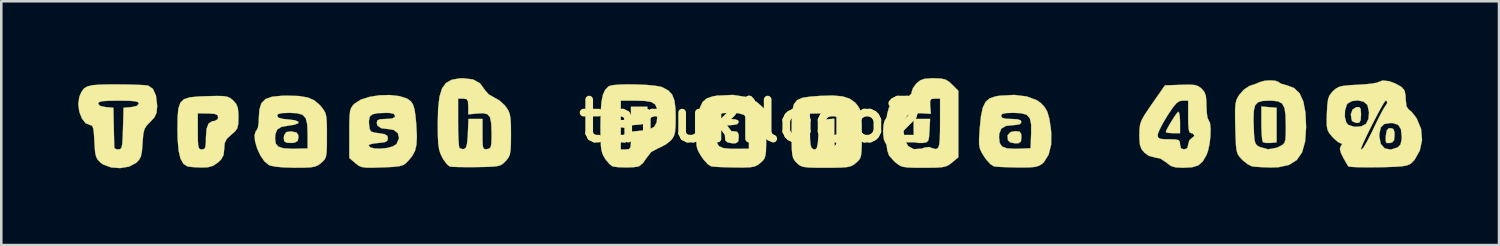
<source format=kicad_pcb>
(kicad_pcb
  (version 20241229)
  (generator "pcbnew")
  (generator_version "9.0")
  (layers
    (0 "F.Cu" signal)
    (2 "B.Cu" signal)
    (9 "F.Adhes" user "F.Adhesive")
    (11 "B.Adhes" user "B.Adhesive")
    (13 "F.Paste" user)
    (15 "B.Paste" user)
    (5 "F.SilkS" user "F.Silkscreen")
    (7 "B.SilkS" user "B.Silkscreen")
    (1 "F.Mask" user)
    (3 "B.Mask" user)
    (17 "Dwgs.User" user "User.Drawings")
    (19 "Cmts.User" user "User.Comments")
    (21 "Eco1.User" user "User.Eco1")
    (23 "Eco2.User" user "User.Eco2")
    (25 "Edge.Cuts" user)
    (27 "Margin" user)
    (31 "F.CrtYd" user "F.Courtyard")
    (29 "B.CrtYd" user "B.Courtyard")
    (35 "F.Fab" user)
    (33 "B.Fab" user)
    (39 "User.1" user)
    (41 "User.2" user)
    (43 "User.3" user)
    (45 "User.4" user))
  (footprint "tanukilogo2"
    (layer "F.Cu")
    (at 26.26 1.672)
    (property "Reference" "tanukilogo2" (at 0 0 0) (layer "F.SilkS") (effects (font (size 1.524 1.524) (thickness 0.3))))
    (attr through_hole)
    (fp_poly (pts (xy -4.063 -0.218) (xy -4.087 -0.006) (xy -4.147 0.096) (xy -4.284 0.134) (xy -4.385 0.144) (xy -4.683 0.168) (xy -4.683 -0.556) (xy -4.039 -0.556) (xy -4.063 -0.218)) (stroke (width 0.01) (type solid)) (fill yes) (layer "F.SilkS"))
    (fp_poly (pts (xy 20.518 -0.516) (xy 20.518 0.833) (xy 20.277 0.857) (xy 20.089 0.857) (xy 19.98 0.824) (xy 19.954 0.723) (xy 19.934 0.505) (xy 19.924 0.21) (xy 19.923 0.101) (xy 19.923 -0.565) (xy 20.518 -0.516)) (stroke (width 0.01) (type solid)) (fill yes) (layer "F.SilkS"))
    (fp_poly (pts (xy -0.547 0.416) (xy -0.484 0.507) (xy -0.476 0.635) (xy -0.496 0.803) (xy -0.587 0.866) (xy -0.717 0.873) (xy -0.912 0.836) (xy -1.003 0.754) (xy -1.017 0.557) (xy -0.898 0.431) (xy -0.717 0.397) (xy -0.547 0.416)) (stroke (width 0.01) (type solid)) (fill yes) (layer "F.SilkS"))
    (fp_poly (pts (xy 10.486 0.416) (xy 10.549 0.507) (xy 10.557 0.635) (xy 10.538 0.803) (xy 10.446 0.866) (xy 10.316 0.873) (xy 10.122 0.836) (xy 10.03 0.754) (xy 10.016 0.557) (xy 10.135 0.431) (xy 10.316 0.397) (xy 10.486 0.416)) (stroke (width 0.01) (type solid)) (fill yes) (layer "F.SilkS"))
    (fp_poly (pts (xy 6.969 0.377) (xy 6.951 0.634) (xy 6.917 0.773) (xy 6.844 0.834) (xy 6.711 0.856) (xy 6.704 0.857) (xy 6.516 0.857) (xy 6.407 0.824) (xy 6.375 0.718) (xy 6.354 0.509) (xy 6.35 0.344) (xy 6.35 -0.079) (xy 6.993 -0.079) (xy 6.969 0.377)) (stroke (width 0.01) (type solid)) (fill yes) (layer "F.SilkS"))
    (fp_poly (pts (xy 23.748 -0.54) (xy 23.799 -0.466) (xy 23.812 -0.279) (xy 23.812 -0.244) (xy 23.8 -0.034) (xy 23.748 0.06) (xy 23.651 0.079) (xy 23.5 0.03) (xy 23.447 -0.034) (xy 23.415 -0.26) (xy 23.482 -0.446) (xy 23.628 -0.54) (xy 23.634 -0.541) (xy 23.748 -0.54)) (stroke (width 0.01) (type solid)) (fill yes) (layer "F.SilkS"))
    (fp_poly (pts (xy 25.073 0.309) (xy 25.117 0.43) (xy 25.122 0.556) (xy 25.103 0.75) (xy 25.027 0.837) (xy 24.938 0.859) (xy 24.82 0.861) (xy 24.775 0.792) (xy 24.777 0.612) (xy 24.78 0.582) (xy 24.814 0.377) (xy 24.887 0.29) (xy 24.963 0.278) (xy 25.073 0.309)) (stroke (width 0.01) (type solid)) (fill yes) (layer "F.SilkS"))
    (fp_poly (pts (xy -17.912 0.412) (xy -17.734 0.452) (xy -17.667 0.549) (xy -17.661 0.635) (xy -17.689 0.779) (xy -17.805 0.842) (xy -17.911 0.858) (xy -18.101 0.851) (xy -18.213 0.8) (xy -18.214 0.798) (xy -18.235 0.659) (xy -18.215 0.55) (xy -18.138 0.435) (xy -17.979 0.408) (xy -17.912 0.412)) (stroke (width 0.01) (type solid)) (fill yes) (layer "F.SilkS"))
    (fp_poly (pts (xy 16.715 -0.316) (xy 16.741 -0.149) (xy 16.748 0.035) (xy 16.748 0.476) (xy 16.47 0.476) (xy 16.287 0.465) (xy 16.195 0.437) (xy 16.192 0.431) (xy 16.232 0.329) (xy 16.331 0.149) (xy 16.457 -0.059) (xy 16.579 -0.244) (xy 16.666 -0.353) (xy 16.676 -0.362) (xy 16.715 -0.316)) (stroke (width 0.01) (type solid)) (fill yes) (layer "F.SilkS"))
    (fp_poly (pts (xy -20.602 -0.972) (xy -20.44 -0.947) (xy -20.327 -0.897) (xy -20.224 -0.815) (xy -20.208 -0.8) (xy -20.087 -0.661) (xy -20.025 -0.501) (xy -20.004 -0.262) (xy -20.003 -0.148) (xy -20.01 0.12) (xy -20.049 0.288) (xy -20.144 0.416) (xy -20.28 0.532) (xy -20.461 0.701) (xy -20.541 0.868) (xy -20.558 1.084) (xy -20.584 1.332) (xy -20.685 1.51) (xy -20.802 1.62) (xy -20.995 1.751) (xy -21.206 1.809) (xy -21.457 1.816) (xy -21.717 1.805) (xy -21.921 1.786) (xy -21.987 1.775) (xy -22.148 1.677) (xy -22.263 1.475) (xy -22.339 1.156) (xy -22.377 0.704) (xy -22.382 0.406) (xy -21.59 0.406) (xy -21.587 0.743) (xy -21.575 0.951) (xy -21.545 1.062) (xy -21.492 1.105) (xy -21.431 1.111) (xy -21.341 1.093) (xy -21.294 1.015) (xy -21.275 0.839) (xy -21.273 0.651) (xy -21.249 0.31) (xy -21.17 0.102) (xy -21.028 0.009) (xy -20.939 0) (xy -20.817 -0.064) (xy -20.796 -0.144) (xy -20.824 -0.231) (xy -20.93 -0.276) (xy -21.153 -0.292) (xy -21.193 -0.293) (xy -21.59 -0.299) (xy -21.59 0.406) (xy -22.382 0.406) (xy -22.384 0.325) (xy -22.378 -0.148) (xy -22.348 -0.485) (xy -22.272 -0.711) (xy -22.129 -0.85) (xy -21.897 -0.924) (xy -21.555 -0.957) (xy -21.219 -0.969) (xy -20.85 -0.977) (xy -20.602 -0.972)) (stroke (width 0.01) (type solid)) (fill yes) (layer "F.SilkS"))
    (fp_poly (pts (xy -4.427 -1.424) (xy -4.061 -1.407) (xy -3.744 -1.377) (xy -3.515 -1.336) (xy -3.461 -1.318) (xy -3.229 -1.194) (xy -3.075 -1.032) (xy -2.985 -0.798) (xy -2.944 -0.462) (xy -2.937 -0.146) (xy -2.942 0.203) (xy -2.962 0.434) (xy -3.007 0.59) (xy -3.083 0.711) (xy -3.115 0.749) (xy -3.311 0.908) (xy -3.563 1.041) (xy -3.612 1.059) (xy -3.894 1.21) (xy -4.079 1.45) (xy -4.215 1.644) (xy -4.365 1.766) (xy -4.396 1.778) (xy -4.598 1.806) (xy -4.881 1.814) (xy -5.168 1.805) (xy -5.382 1.778) (xy -5.397 1.774) (xy -5.514 1.69) (xy -5.657 1.523) (xy -5.695 1.467) (xy -5.77 1.339) (xy -5.82 1.202) (xy -5.851 1.024) (xy -5.867 0.771) (xy -5.873 0.41) (xy -5.874 0.169) (xy -5.865 -0.358) (xy -5.834 -0.749) (xy -5.825 -0.794) (xy -5.08 -0.794) (xy -5.08 1.111) (xy -4.882 1.111) (xy -4.758 1.096) (xy -4.7 1.021) (xy -4.684 0.844) (xy -4.683 0.764) (xy -4.683 0.417) (xy -4.289 0.379) (xy -3.967 0.326) (xy -3.772 0.225) (xy -3.677 0.046) (xy -3.651 -0.238) (xy -3.651 -0.245) (xy -3.669 -0.487) (xy -3.738 -0.647) (xy -3.887 -0.74) (xy -4.14 -0.783) (xy -4.519 -0.794) (xy -5.08 -0.794) (xy -5.825 -0.794) (xy -5.776 -1.029) (xy -5.687 -1.221) (xy -5.561 -1.347) (xy -5.542 -1.36) (xy -5.397 -1.398) (xy -5.135 -1.421) (xy -4.798 -1.43) (xy -4.427 -1.424)) (stroke (width 0.01) (type solid)) (fill yes) (layer "F.SilkS"))
    (fp_poly (pts (xy -0.196 -0.94) (xy 0.199 -0.759) (xy 0.311 -0.67) (xy 0.595 -0.409) (xy 0.595 0.516) (xy 0.594 0.912) (xy 0.586 1.182) (xy 0.564 1.358) (xy 0.523 1.473) (xy 0.455 1.559) (xy 0.373 1.634) (xy 0.256 1.723) (xy 0.132 1.779) (xy -0.039 1.808) (xy -0.295 1.817) (xy -0.62 1.815) (xy -0.97 1.807) (xy -1.275 1.795) (xy -1.488 1.78) (xy -1.549 1.772) (xy -1.682 1.69) (xy -1.843 1.514) (xy -1.934 1.386) (xy -2.036 1.216) (xy -2.099 1.073) (xy -2.127 0.914) (xy -2.129 0.694) (xy -2.125 0.634) (xy -1.349 0.634) (xy -1.328 0.848) (xy -1.247 0.984) (xy -1.077 1.058) (xy -0.792 1.085) (xy -0.583 1.086) (xy -0.079 1.082) (xy -0.079 0.507) (xy -0.093 0.136) (xy -0.151 -0.104) (xy -0.276 -0.242) (xy -0.493 -0.304) (xy -0.799 -0.318) (xy -1.074 -0.308) (xy -1.221 -0.275) (xy -1.269 -0.211) (xy -1.27 -0.198) (xy -1.228 -0.124) (xy -1.08 -0.087) (xy -0.873 -0.079) (xy -0.624 -0.067) (xy -0.502 -0.022) (xy -0.476 0.04) (xy -0.535 0.127) (xy -0.725 0.158) (xy -0.759 0.159) (xy -1.072 0.19) (xy -1.258 0.296) (xy -1.34 0.495) (xy -1.349 0.634) (xy -2.125 0.634) (xy -2.109 0.372) (xy -2.101 0.258) (xy -2.055 -0.202) (xy -1.988 -0.529) (xy -1.882 -0.748) (xy -1.722 -0.883) (xy -1.492 -0.96) (xy -1.311 -0.989) (xy -0.702 -1.017) (xy -0.196 -0.94)) (stroke (width 0.01) (type solid)) (fill yes) (layer "F.SilkS"))
    (fp_poly (pts (xy 10.773 -0.956) (xy 11.159 -0.811) (xy 11.311 -0.704) (xy 11.463 -0.545) (xy 11.57 -0.358) (xy 11.644 -0.106) (xy 11.699 0.248) (xy 11.722 0.47) (xy 11.717 0.923) (xy 11.619 1.314) (xy 11.436 1.607) (xy 11.365 1.673) (xy 11.247 1.746) (xy 11.096 1.791) (xy 10.875 1.812) (xy 10.545 1.816) (xy 10.407 1.815) (xy 10.058 1.807) (xy 9.755 1.795) (xy 9.543 1.78) (xy 9.484 1.772) (xy 9.352 1.69) (xy 9.19 1.514) (xy 9.099 1.386) (xy 8.995 1.213) (xy 8.933 1.068) (xy 8.905 0.905) (xy 8.905 0.68) (xy 8.908 0.634) (xy 9.684 0.634) (xy 9.709 0.857) (xy 9.8 0.996) (xy 9.986 1.067) (xy 10.291 1.085) (xy 10.437 1.082) (xy 10.914 1.065) (xy 10.937 0.502) (xy 10.937 0.133) (xy 10.886 -0.106) (xy 10.76 -0.243) (xy 10.537 -0.304) (xy 10.234 -0.318) (xy 9.959 -0.308) (xy 9.812 -0.275) (xy 9.764 -0.211) (xy 9.763 -0.198) (xy 9.806 -0.124) (xy 9.953 -0.087) (xy 10.16 -0.079) (xy 10.41 -0.067) (xy 10.531 -0.022) (xy 10.557 0.04) (xy 10.498 0.127) (xy 10.308 0.158) (xy 10.274 0.159) (xy 9.962 0.19) (xy 9.775 0.296) (xy 9.693 0.495) (xy 9.684 0.634) (xy 8.908 0.634) (xy 8.926 0.348) (xy 8.931 0.284) (xy 8.978 -0.184) (xy 9.048 -0.518) (xy 9.156 -0.742) (xy 9.317 -0.882) (xy 9.547 -0.96) (xy 9.716 -0.988) (xy 10.284 -1.017) (xy 10.773 -0.956)) (stroke (width 0.01) (type solid)) (fill yes) (layer "F.SilkS"))
    (fp_poly (pts (xy -17.639 -0.975) (xy -17.3 -0.918) (xy -17.045 -0.808) (xy -16.838 -0.633) (xy -16.788 -0.576) (xy -16.683 -0.443) (xy -16.615 -0.323) (xy -16.575 -0.176) (xy -16.556 0.033) (xy -16.55 0.343) (xy -16.55 0.576) (xy -16.551 0.958) (xy -16.561 1.215) (xy -16.585 1.381) (xy -16.632 1.49) (xy -16.709 1.578) (xy -16.772 1.634) (xy -16.887 1.722) (xy -17.011 1.778) (xy -17.182 1.809) (xy -17.437 1.822) (xy -17.804 1.824) (xy -18.228 1.813) (xy -18.565 1.782) (xy -18.782 1.736) (xy -18.812 1.723) (xy -18.989 1.576) (xy -19.147 1.346) (xy -19.274 1.071) (xy -19.354 0.793) (xy -19.363 0.691) (xy -18.573 0.691) (xy -18.546 0.882) (xy -18.446 1.003) (xy -18.248 1.066) (xy -17.926 1.083) (xy -17.807 1.082) (xy -17.304 1.072) (xy -17.304 0.502) (xy -17.318 0.132) (xy -17.377 -0.107) (xy -17.503 -0.243) (xy -17.723 -0.304) (xy -18.024 -0.318) (xy -18.301 -0.308) (xy -18.449 -0.273) (xy -18.494 -0.207) (xy -18.494 -0.203) (xy -18.44 -0.126) (xy -18.261 -0.08) (xy -18.084 -0.064) (xy -17.802 -0.028) (xy -17.664 0.028) (xy -17.672 0.092) (xy -17.831 0.149) (xy -18.023 0.177) (xy -18.318 0.228) (xy -18.487 0.33) (xy -18.561 0.511) (xy -18.573 0.691) (xy -19.363 0.691) (xy -19.375 0.551) (xy -19.321 0.386) (xy -19.288 0.357) (xy -19.242 0.255) (xy -19.213 0.051) (xy -19.209 -0.08) (xy -19.187 -0.442) (xy -19.107 -0.695) (xy -18.947 -0.857) (xy -18.685 -0.948) (xy -18.297 -0.985) (xy -18.098 -0.989) (xy -17.639 -0.975)) (stroke (width 0.01) (type solid)) (fill yes) (layer "F.SilkS"))
    (fp_poly (pts (xy 20.465 -1.571) (xy 20.587 -1.525) (xy 20.592 -1.517) (xy 20.693 -1.456) (xy 20.881 -1.401) (xy 20.902 -1.397) (xy 21.196 -1.289) (xy 21.413 -1.083) (xy 21.56 -0.766) (xy 21.644 -0.324) (xy 21.669 0.238) (xy 21.632 0.794) (xy 21.514 1.22) (xy 21.306 1.523) (xy 21.001 1.715) (xy 20.589 1.805) (xy 20.288 1.815) (xy 19.981 1.805) (xy 19.718 1.789) (xy 19.557 1.771) (xy 19.396 1.694) (xy 19.206 1.544) (xy 19.16 1.499) (xy 19.065 1.394) (xy 19 1.292) (xy 18.958 1.161) (xy 18.933 0.967) (xy 18.918 0.68) (xy 18.906 0.268) (xy 18.905 0.253) (xy 18.899 -0.066) (xy 19.617 -0.066) (xy 19.622 0.158) (xy 19.636 0.509) (xy 19.655 0.736) (xy 19.691 0.872) (xy 19.75 0.951) (xy 19.842 1.008) (xy 19.844 1.009) (xy 20.179 1.104) (xy 20.52 1.045) (xy 20.641 0.99) (xy 20.753 0.927) (xy 20.822 0.854) (xy 20.858 0.735) (xy 20.873 0.534) (xy 20.876 0.216) (xy 20.876 0.162) (xy 20.865 -0.243) (xy 20.823 -0.515) (xy 20.733 -0.681) (xy 20.578 -0.765) (xy 20.341 -0.793) (xy 20.25 -0.794) (xy 19.973 -0.782) (xy 19.788 -0.729) (xy 19.679 -0.61) (xy 19.627 -0.397) (xy 19.617 -0.066) (xy 18.899 -0.066) (xy 18.897 -0.168) (xy 18.898 -0.464) (xy 18.914 -0.669) (xy 18.949 -0.815) (xy 19.006 -0.936) (xy 19.067 -1.031) (xy 19.245 -1.228) (xy 19.449 -1.363) (xy 19.489 -1.378) (xy 19.707 -1.451) (xy 19.863 -1.517) (xy 20.038 -1.568) (xy 20.26 -1.585) (xy 20.465 -1.571)) (stroke (width 0.01) (type solid)) (fill yes) (layer "F.SilkS"))
    (fp_poly (pts (xy 3.576 -0.96) (xy 3.854 -0.872) (xy 4.063 -0.722) (xy 4.16 -0.609) (xy 4.233 -0.493) (xy 4.281 -0.356) (xy 4.309 -0.165) (xy 4.323 0.116) (xy 4.326 0.521) (xy 4.326 0.528) (xy 4.325 0.922) (xy 4.316 1.189) (xy 4.294 1.363) (xy 4.252 1.477) (xy 4.182 1.563) (xy 4.103 1.634) (xy 3.998 1.716) (xy 3.886 1.77) (xy 3.733 1.803) (xy 3.507 1.819) (xy 3.174 1.825) (xy 2.929 1.826) (xy 2.523 1.824) (xy 2.245 1.815) (xy 2.06 1.793) (xy 1.937 1.753) (xy 1.844 1.689) (xy 1.782 1.631) (xy 1.702 1.543) (xy 1.648 1.447) (xy 1.614 1.313) (xy 1.596 1.111) (xy 1.589 0.808) (xy 1.587 0.414) (xy 1.592 -0.072) (xy 1.607 -0.289) (xy 2.302 -0.289) (xy 2.302 0.358) (xy 2.307 0.711) (xy 2.327 0.935) (xy 2.371 1.056) (xy 2.445 1.105) (xy 2.51 1.111) (xy 2.571 1.051) (xy 2.612 0.862) (xy 2.636 0.536) (xy 2.659 -0.04) (xy 2.957 -0.064) (xy 3.254 -0.089) (xy 3.254 0.517) (xy 3.257 0.822) (xy 3.272 1.001) (xy 3.308 1.084) (xy 3.374 1.102) (xy 3.424 1.097) (xy 3.512 1.071) (xy 3.562 1.001) (xy 3.585 0.853) (xy 3.59 0.591) (xy 3.589 0.492) (xy 3.575 0.191) (xy 3.541 -0.054) (xy 3.496 -0.194) (xy 3.492 -0.199) (xy 3.364 -0.266) (xy 3.111 -0.297) (xy 2.851 -0.299) (xy 2.302 -0.289) (xy 1.607 -0.289) (xy 1.616 -0.424) (xy 1.681 -0.664) (xy 1.804 -0.816) (xy 2.004 -0.903) (xy 2.3 -0.95) (xy 2.699 -0.98) (xy 3.2 -0.994) (xy 3.576 -0.96)) (stroke (width 0.01) (type solid)) (fill yes) (layer "F.SilkS"))
    (fp_poly (pts (xy 7.415 -1.657) (xy 7.6 -1.615) (xy 7.749 -1.519) (xy 7.852 -1.423) (xy 8.096 -1.178) (xy 8.096 1.415) (xy 7.852 1.62) (xy 7.734 1.711) (xy 7.614 1.77) (xy 7.457 1.805) (xy 7.226 1.821) (xy 6.884 1.825) (xy 6.744 1.826) (xy 6.362 1.824) (xy 6.102 1.814) (xy 5.927 1.787) (xy 5.8 1.736) (xy 5.684 1.652) (xy 5.599 1.579) (xy 5.392 1.351) (xy 5.319 1.135) (xy 5.318 1.108) (xy 5.293 0.927) (xy 5.239 0.833) (xy 5.192 0.732) (xy 5.164 0.528) (xy 5.159 0.397) (xy 5.162 0.363) (xy 5.953 0.363) (xy 6.001 0.735) (xy 6.139 0.983) (xy 6.359 1.1) (xy 6.656 1.08) (xy 6.787 1.036) (xy 6.962 1.017) (xy 7.044 1.051) (xy 7.198 1.095) (xy 7.262 1.083) (xy 7.314 1.035) (xy 7.349 0.924) (xy 7.37 0.722) (xy 7.38 0.406) (xy 7.382 0.082) (xy 7.382 -0.873) (xy 7.177 -0.873) (xy 7.045 -0.858) (xy 6.994 -0.782) (xy 6.996 -0.598) (xy 6.998 -0.575) (xy 7.024 -0.278) (xy 6.619 -0.304) (xy 6.3 -0.297) (xy 6.098 -0.212) (xy 5.99 -0.024) (xy 5.954 0.289) (xy 5.953 0.363) (xy 5.162 0.363) (xy 5.174 0.162) (xy 5.213 -0.002) (xy 5.239 -0.04) (xy 5.301 -0.15) (xy 5.318 -0.272) (xy 5.391 -0.535) (xy 5.584 -0.757) (xy 5.86 -0.9) (xy 5.959 -0.923) (xy 6.172 -0.978) (xy 6.262 -1.065) (xy 6.271 -1.125) (xy 6.324 -1.283) (xy 6.454 -1.46) (xy 6.465 -1.472) (xy 6.608 -1.587) (xy 6.776 -1.646) (xy 7.028 -1.666) (xy 7.134 -1.667) (xy 7.415 -1.657)) (stroke (width 0.01) (type solid)) (fill yes) (layer "F.SilkS"))
    (fp_poly (pts (xy 17.317 -1.405) (xy 17.457 -1.361) (xy 17.571 -1.279) (xy 17.593 -1.26) (xy 17.7 -1.133) (xy 17.757 -0.977) (xy 17.778 -0.738) (xy 17.78 -0.586) (xy 17.792 -0.319) (xy 17.822 -0.12) (xy 17.859 -0.04) (xy 17.918 0.077) (xy 17.942 0.303) (xy 17.935 0.592) (xy 17.899 0.899) (xy 17.837 1.178) (xy 17.779 1.332) (xy 17.631 1.584) (xy 17.457 1.735) (xy 17.214 1.807) (xy 16.869 1.826) (xy 16.585 1.812) (xy 16.398 1.76) (xy 16.247 1.649) (xy 16.225 1.627) (xy 15.977 1.465) (xy 15.788 1.429) (xy 15.523 1.358) (xy 15.355 1.234) (xy 15.244 1.098) (xy 15.185 0.938) (xy 15.163 0.702) (xy 15.161 0.552) (xy 15.875 0.552) (xy 15.893 0.646) (xy 15.972 0.695) (xy 16.151 0.713) (xy 16.312 0.714) (xy 16.562 0.72) (xy 16.692 0.747) (xy 16.741 0.814) (xy 16.748 0.913) (xy 16.785 1.068) (xy 16.907 1.111) (xy 17.033 1.062) (xy 17.066 0.921) (xy 17.11 0.757) (xy 17.185 0.686) (xy 17.29 0.602) (xy 17.304 0.558) (xy 17.239 0.485) (xy 17.185 0.476) (xy 17.124 0.446) (xy 17.087 0.338) (xy 17.069 0.123) (xy 17.066 -0.159) (xy 17.066 -0.794) (xy 16.847 -0.794) (xy 16.727 -0.774) (xy 16.613 -0.698) (xy 16.479 -0.54) (xy 16.299 -0.274) (xy 16.252 -0.202) (xy 16.081 0.084) (xy 15.951 0.336) (xy 15.881 0.513) (xy 15.875 0.552) (xy 15.161 0.552) (xy 15.161 0.539) (xy 15.166 0.313) (xy 15.19 0.136) (xy 15.249 -0.032) (xy 15.359 -0.231) (xy 15.538 -0.499) (xy 15.66 -0.675) (xy 16.158 -1.389) (xy 16.782 -1.412) (xy 17.106 -1.419) (xy 17.317 -1.405)) (stroke (width 0.01) (type solid)) (fill yes) (layer "F.SilkS"))
    (fp_poly (pts (xy -13.721 -0.971) (xy -13.421 -0.875) (xy -13.274 -0.769) (xy -13.191 -0.646) (xy -13.133 -0.463) (xy -13.091 -0.188) (xy -13.06 0.159) (xy -13.039 0.6) (xy -13.054 0.924) (xy -13.114 1.171) (xy -13.228 1.379) (xy -13.375 1.555) (xy -13.479 1.658) (xy -13.586 1.726) (xy -13.734 1.767) (xy -13.958 1.792) (xy -14.295 1.809) (xy -14.398 1.812) (xy -14.769 1.824) (xy -15.018 1.821) (xy -15.184 1.799) (xy -15.303 1.75) (xy -15.414 1.668) (xy -15.444 1.643) (xy -15.677 1.443) (xy -15.677 0.951) (xy -14.922 0.951) (xy -14.854 1.032) (xy -14.678 1.074) (xy -14.441 1.079) (xy -14.191 1.051) (xy -13.974 0.991) (xy -13.835 0.902) (xy -13.831 0.897) (xy -13.735 0.67) (xy -13.78 0.476) (xy -13.948 0.349) (xy -14.138 0.318) (xy -14.426 0.284) (xy -14.577 0.181) (xy -14.605 0.071) (xy -14.579 -0.024) (xy -14.473 -0.068) (xy -14.25 -0.079) (xy -14.248 -0.079) (xy -14.012 -0.095) (xy -13.905 -0.148) (xy -13.891 -0.198) (xy -13.94 -0.279) (xy -14.104 -0.313) (xy -14.228 -0.316) (xy -14.567 -0.305) (xy -14.775 -0.26) (xy -14.88 -0.166) (xy -14.911 -0.004) (xy -14.907 0.11) (xy -14.884 0.311) (xy -14.825 0.412) (xy -14.684 0.457) (xy -14.526 0.476) (xy -14.299 0.515) (xy -14.193 0.577) (xy -14.168 0.675) (xy -14.194 0.774) (xy -14.296 0.828) (xy -14.514 0.856) (xy -14.545 0.858) (xy -14.765 0.885) (xy -14.901 0.927) (xy -14.922 0.951) (xy -15.677 0.951) (xy -15.677 0.485) (xy -15.675 0.079) (xy -15.666 -0.201) (xy -15.645 -0.386) (xy -15.605 -0.51) (xy -15.541 -0.604) (xy -15.475 -0.674) (xy -15.233 -0.831) (xy -14.893 -0.941) (xy -14.499 -1.003) (xy -14.094 -1.013) (xy -13.721 -0.971)) (stroke (width 0.01) (type solid)) (fill yes) (layer "F.SilkS"))
    (fp_poly (pts (xy -24.366 -1.424) (xy -23.999 -1.415) (xy -23.713 -1.401) (xy -23.543 -1.385) (xy -23.525 -1.381) (xy -23.34 -1.252) (xy -23.222 -0.991) (xy -23.178 -0.612) (xy -23.177 -0.581) (xy -23.197 -0.326) (xy -23.28 -0.143) (xy -23.446 0.036) (xy -23.587 0.181) (xy -23.671 0.32) (xy -23.716 0.504) (xy -23.741 0.783) (xy -23.746 0.868) (xy -23.77 1.18) (xy -23.81 1.381) (xy -23.88 1.516) (xy -23.996 1.634) (xy -23.999 1.637) (xy -24.273 1.781) (xy -24.619 1.839) (xy -24.977 1.812) (xy -25.286 1.698) (xy -25.375 1.635) (xy -25.487 1.525) (xy -25.556 1.404) (xy -25.596 1.228) (xy -25.618 0.955) (xy -25.626 0.801) (xy -25.645 0.478) (xy -25.673 0.284) (xy -25.716 0.187) (xy -25.783 0.159) (xy -25.793 0.159) (xy -25.969 0.087) (xy -26.115 -0.101) (xy -26.215 -0.361) (xy -26.255 -0.651) (xy -26.251 -0.679) (xy -25.479 -0.679) (xy -25.404 -0.588) (xy -25.183 -0.541) (xy -25.182 -0.541) (xy -24.884 -0.516) (xy -24.868 0.238) (xy -24.861 0.571) (xy -24.854 0.842) (xy -24.85 1.014) (xy -24.848 1.052) (xy -24.778 1.101) (xy -24.688 1.111) (xy -24.618 1.099) (xy -24.571 1.043) (xy -24.541 0.916) (xy -24.524 0.688) (xy -24.511 0.332) (xy -24.51 0.298) (xy -24.487 -0.516) (xy -24.19 -0.541) (xy -23.968 -0.588) (xy -23.892 -0.679) (xy -23.892 -0.679) (xy -23.922 -0.733) (xy -24.028 -0.768) (xy -24.236 -0.787) (xy -24.57 -0.793) (xy -24.686 -0.794) (xy -25.059 -0.789) (xy -25.298 -0.774) (xy -25.429 -0.744) (xy -25.477 -0.696) (xy -25.479 -0.679) (xy -26.251 -0.679) (xy -26.217 -0.928) (xy -26.205 -0.964) (xy -26.128 -1.14) (xy -26.037 -1.265) (xy -25.905 -1.347) (xy -25.705 -1.396) (xy -25.41 -1.42) (xy -24.994 -1.427) (xy -24.779 -1.428) (xy -24.366 -1.424)) (stroke (width 0.01) (type solid)) (fill yes) (layer "F.SilkS"))
    (fp_poly (pts (xy -10.848 -1.621) (xy -10.577 -1.474) (xy -10.381 -1.208) (xy -10.375 -1.197) (xy -10.233 -1.037) (xy -10.026 -0.92) (xy -10.024 -0.919) (xy -9.811 -0.798) (xy -9.605 -0.607) (xy -9.568 -0.56) (xy -9.476 -0.422) (xy -9.417 -0.283) (xy -9.384 -0.104) (xy -9.369 0.156) (xy -9.366 0.527) (xy -9.369 0.899) (xy -9.382 1.15) (xy -9.412 1.316) (xy -9.467 1.435) (xy -9.554 1.544) (xy -9.572 1.564) (xy -9.667 1.659) (xy -9.762 1.722) (xy -9.893 1.762) (xy -10.091 1.783) (xy -10.389 1.794) (xy -10.703 1.8) (xy -11.081 1.802) (xy -11.407 1.798) (xy -11.645 1.789) (xy -11.754 1.777) (xy -11.866 1.688) (xy -12 1.508) (xy -12.052 1.418) (xy -12.125 1.263) (xy -12.174 1.098) (xy -12.204 0.887) (xy -12.219 0.596) (xy -12.224 0.189) (xy -12.224 0.084) (xy -12.209 -0.499) (xy -12.165 -0.873) (xy -11.43 -0.873) (xy -11.43 0.066) (xy -11.426 0.438) (xy -11.413 0.75) (xy -11.396 0.969) (xy -11.374 1.061) (xy -11.256 1.098) (xy -11.196 1.093) (xy -11.127 1.042) (xy -11.083 0.901) (xy -11.057 0.641) (xy -11.049 0.495) (xy -11.026 -0.079) (xy -10.477 -0.079) (xy -10.477 0.521) (xy -10.475 0.826) (xy -10.46 1.003) (xy -10.424 1.085) (xy -10.357 1.103) (xy -10.299 1.097) (xy -10.209 1.074) (xy -10.156 1.012) (xy -10.131 0.879) (xy -10.124 0.64) (xy -10.124 0.451) (xy -10.137 0.09) (xy -10.183 -0.139) (xy -10.281 -0.261) (xy -10.452 -0.303) (xy -10.696 -0.291) (xy -11.033 -0.258) (xy -11.033 -0.565) (xy -11.045 -0.766) (xy -11.099 -0.853) (xy -11.225 -0.873) (xy -11.232 -0.873) (xy -11.43 -0.873) (xy -12.165 -0.873) (xy -12.157 -0.943) (xy -12.059 -1.265) (xy -11.906 -1.48) (xy -11.686 -1.607) (xy -11.392 -1.661) (xy -11.223 -1.667) (xy -10.848 -1.621)) (stroke (width 0.01) (type solid)) (fill yes) (layer "F.SilkS"))
    (fp_poly (pts (xy 24.926 -1.549) (xy 25.17 -1.455) (xy 25.395 -1.327) (xy 25.511 -1.19) (xy 25.553 -0.987) (xy 25.558 -0.822) (xy 25.588 -0.567) (xy 25.673 -0.449) (xy 25.674 -0.449) (xy 25.784 -0.359) (xy 25.927 -0.182) (xy 25.992 -0.085) (xy 26.157 0.311) (xy 26.194 0.737) (xy 26.108 1.152) (xy 25.904 1.514) (xy 25.789 1.634) (xy 25.704 1.695) (xy 25.587 1.739) (xy 25.409 1.769) (xy 25.145 1.788) (xy 24.765 1.801) (xy 24.484 1.807) (xy 24.076 1.81) (xy 23.728 1.806) (xy 23.469 1.794) (xy 23.327 1.776) (xy 23.311 1.767) (xy 23.126 1.448) (xy 23.022 1.232) (xy 22.988 1.092) (xy 22.989 1.09) (xy 23.812 1.09) (xy 23.842 1.117) (xy 23.927 1.009) (xy 24.061 0.776) (xy 24.147 0.607) (xy 24.527 0.607) (xy 24.584 0.897) (xy 24.74 1.071) (xy 24.973 1.117) (xy 25.246 1.029) (xy 25.353 0.922) (xy 25.397 0.724) (xy 25.4 0.608) (xy 25.369 0.317) (xy 25.261 0.15) (xy 25.057 0.083) (xy 24.963 0.079) (xy 24.723 0.118) (xy 24.585 0.248) (xy 24.53 0.495) (xy 24.527 0.607) (xy 24.147 0.607) (xy 24.237 0.43) (xy 24.328 0.238) (xy 24.482 -0.08) (xy 24.619 -0.346) (xy 24.721 -0.527) (xy 24.76 -0.582) (xy 24.838 -0.707) (xy 24.811 -0.786) (xy 24.772 -0.794) (xy 24.718 -0.727) (xy 24.613 -0.55) (xy 24.473 -0.293) (xy 24.314 0.01) (xy 24.153 0.328) (xy 24.007 0.628) (xy 23.892 0.877) (xy 23.824 1.044) (xy 23.812 1.09) (xy 22.989 1.09) (xy 23.014 0.999) (xy 23.025 0.984) (xy 23.077 0.894) (xy 23.019 0.873) (xy 22.909 0.818) (xy 22.751 0.681) (xy 22.688 0.615) (xy 22.574 0.478) (xy 22.507 0.352) (xy 22.476 0.191) (xy 22.472 -0.05) (xy 22.476 -0.16) (xy 23.181 -0.16) (xy 23.234 0.052) (xy 23.316 0.152) (xy 23.559 0.228) (xy 23.815 0.212) (xy 24.005 0.113) (xy 24.103 -0.079) (xy 24.125 -0.34) (xy 24.069 -0.597) (xy 24.048 -0.64) (xy 23.907 -0.756) (xy 23.69 -0.802) (xy 23.462 -0.777) (xy 23.291 -0.683) (xy 23.26 -0.64) (xy 23.188 -0.412) (xy 23.181 -0.16) (xy 22.476 -0.16) (xy 22.48 -0.296) (xy 22.496 -0.629) (xy 22.526 -0.847) (xy 22.581 -0.996) (xy 22.673 -1.118) (xy 22.718 -1.164) (xy 22.834 -1.267) (xy 22.96 -1.334) (xy 23.134 -1.374) (xy 23.398 -1.399) (xy 23.671 -1.413) (xy 24.002 -1.434) (xy 24.274 -1.465) (xy 24.446 -1.499) (xy 24.483 -1.517) (xy 24.662 -1.583) (xy 24.926 -1.549)) (stroke (width 0.01) (type solid)) (fill yes) (layer "F.SilkS")))
  (gr_rect
    (start -3 -3)
    (end 55.459 6.516)
    (stroke (width 0.1) (type default))
    (fill no)
    (layer "Edge.Cuts")))
</source>
